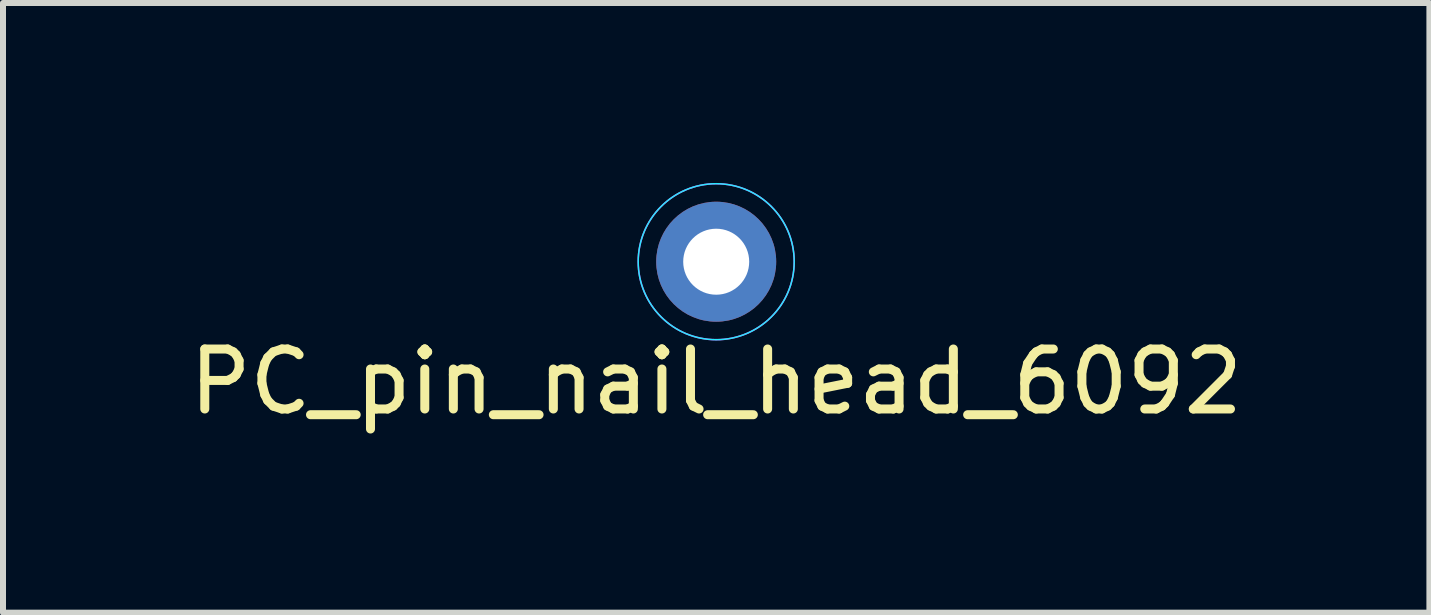
<source format=kicad_pcb>
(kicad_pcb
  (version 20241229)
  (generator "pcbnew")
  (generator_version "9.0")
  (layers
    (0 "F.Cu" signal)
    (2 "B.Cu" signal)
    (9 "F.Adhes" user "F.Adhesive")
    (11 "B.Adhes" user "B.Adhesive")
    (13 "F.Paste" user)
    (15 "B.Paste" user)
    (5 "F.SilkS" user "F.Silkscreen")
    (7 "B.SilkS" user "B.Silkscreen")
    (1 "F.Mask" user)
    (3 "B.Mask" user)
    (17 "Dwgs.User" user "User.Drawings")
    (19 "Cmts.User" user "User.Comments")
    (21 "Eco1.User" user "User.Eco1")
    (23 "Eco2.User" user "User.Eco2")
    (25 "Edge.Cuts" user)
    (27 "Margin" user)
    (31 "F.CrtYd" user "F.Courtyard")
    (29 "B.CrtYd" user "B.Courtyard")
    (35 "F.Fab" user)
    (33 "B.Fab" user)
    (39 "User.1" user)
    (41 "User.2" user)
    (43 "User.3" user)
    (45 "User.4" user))
  (footprint "PC_pin_nail_head_6092"
    (layer "F.Cu")
    (at 8.887 1.312)
    (property "Reference" "PC_pin_nail_head_6092" (at 0 2 0) (layer "F.SilkS") (effects (font (size 1 1) (thickness 0.15))))
    (attr through_hole)
    (fp_circle (center 0 0) (end 1.3 0) (stroke (width 0.025) (type solid)) (fill no) (layer "B.CrtYd"))
    (fp_circle (center 0 0) (end 1.3 0) (stroke (width 0.025) (type solid)) (fill no) (layer "F.CrtYd"))
    (pad "1" thru_hole circle (at 0 0) (size 2 2) (drill 1.1) (layers "*.Cu" "*.Mask")))
  (gr_rect
    (start -3 -3)
    (end 20.774 7.161)
    (stroke (width 0.1) (type default))
    (fill no)
    (layer "Edge.Cuts")))
</source>
